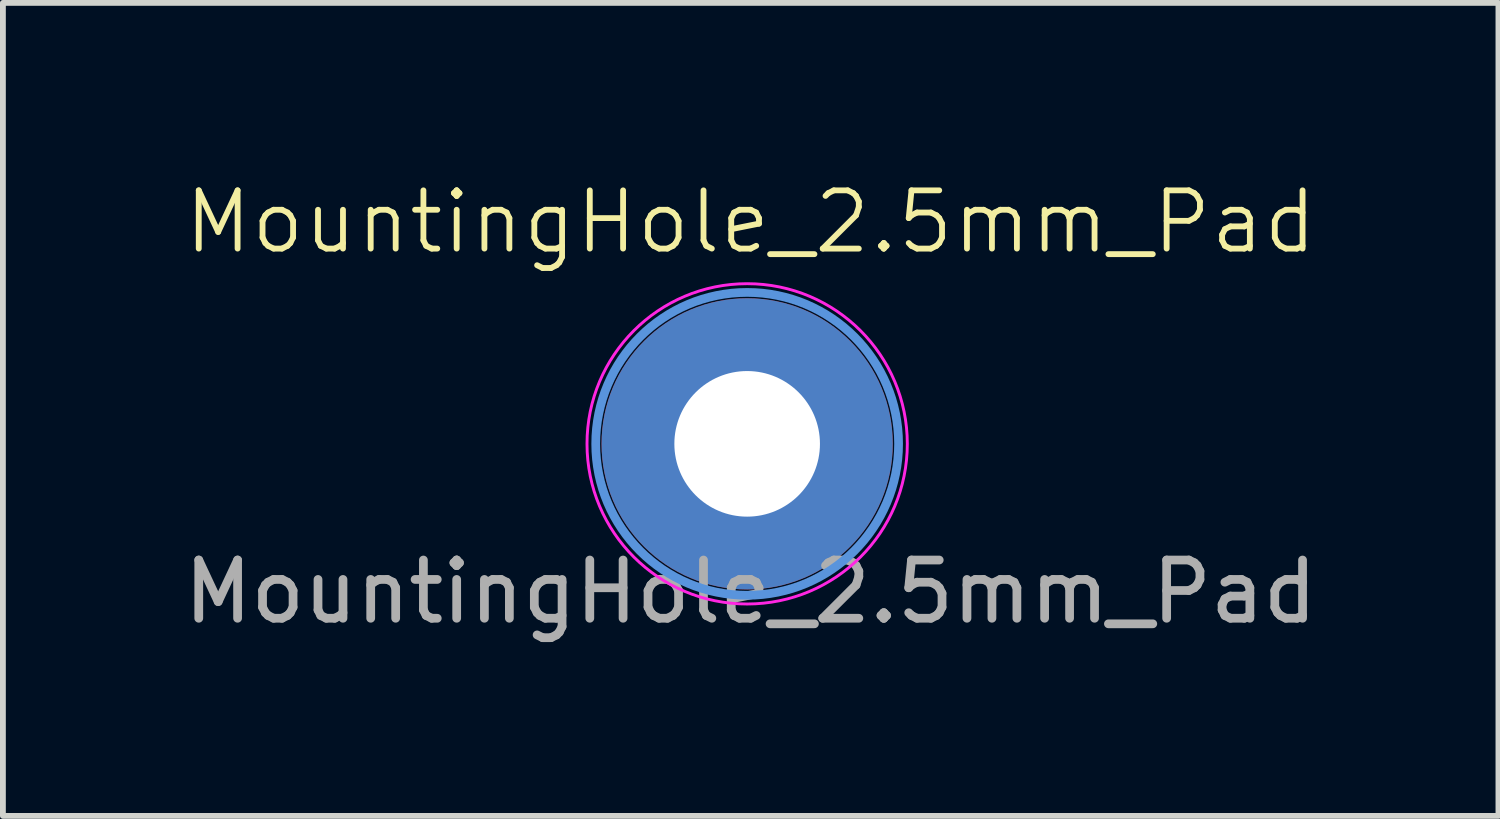
<source format=kicad_pcb>
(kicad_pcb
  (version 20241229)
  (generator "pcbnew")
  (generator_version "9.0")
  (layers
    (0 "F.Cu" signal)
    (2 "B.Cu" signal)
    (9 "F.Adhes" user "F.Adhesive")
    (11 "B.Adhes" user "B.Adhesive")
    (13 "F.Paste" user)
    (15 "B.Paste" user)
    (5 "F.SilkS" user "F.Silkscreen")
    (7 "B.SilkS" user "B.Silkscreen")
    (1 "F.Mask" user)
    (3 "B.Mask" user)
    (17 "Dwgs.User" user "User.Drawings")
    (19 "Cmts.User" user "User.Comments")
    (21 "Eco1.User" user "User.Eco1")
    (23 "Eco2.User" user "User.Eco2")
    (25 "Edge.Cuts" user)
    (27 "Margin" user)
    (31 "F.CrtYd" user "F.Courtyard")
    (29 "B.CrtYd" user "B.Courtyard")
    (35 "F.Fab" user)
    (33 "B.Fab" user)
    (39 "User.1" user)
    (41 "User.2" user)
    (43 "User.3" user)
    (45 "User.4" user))
  (footprint "MountingHole_2.5mm_Pad"
    (layer "F.Cu")
    (at 9.839 4.571)
    (property "Reference" "MountingHole_2.5mm_Pad" (at 0 -3.81 0) (unlocked yes) (layer "F.SilkS") (effects (font (size 1 1) (thickness 0.1))))
    (attr through_hole)
    (fp_circle (center -0.06 0) (end 2.54 0) (stroke (width 0.15) (type solid)) (fill no) (layer "Cmts.User"))
    (fp_circle (center -0.06 0) (end 2.69 0) (stroke (width 0.05) (type solid)) (fill no) (layer "F.CrtYd"))
    (fp_text user "${REFERENCE}" (at 0 2.54 0) (layer "F.Fab") (effects (font (size 1 1) (thickness 0.15))))
    (pad "1" thru_hole circle (at -0.06 0) (size 5 5) (drill 2.5) (layers "*.Cu" "*.Mask")))
  (gr_rect
    (start -3 -3)
    (end 22.679 10.959)
    (stroke (width 0.1) (type default))
    (fill no)
    (layer "Edge.Cuts")))
</source>
